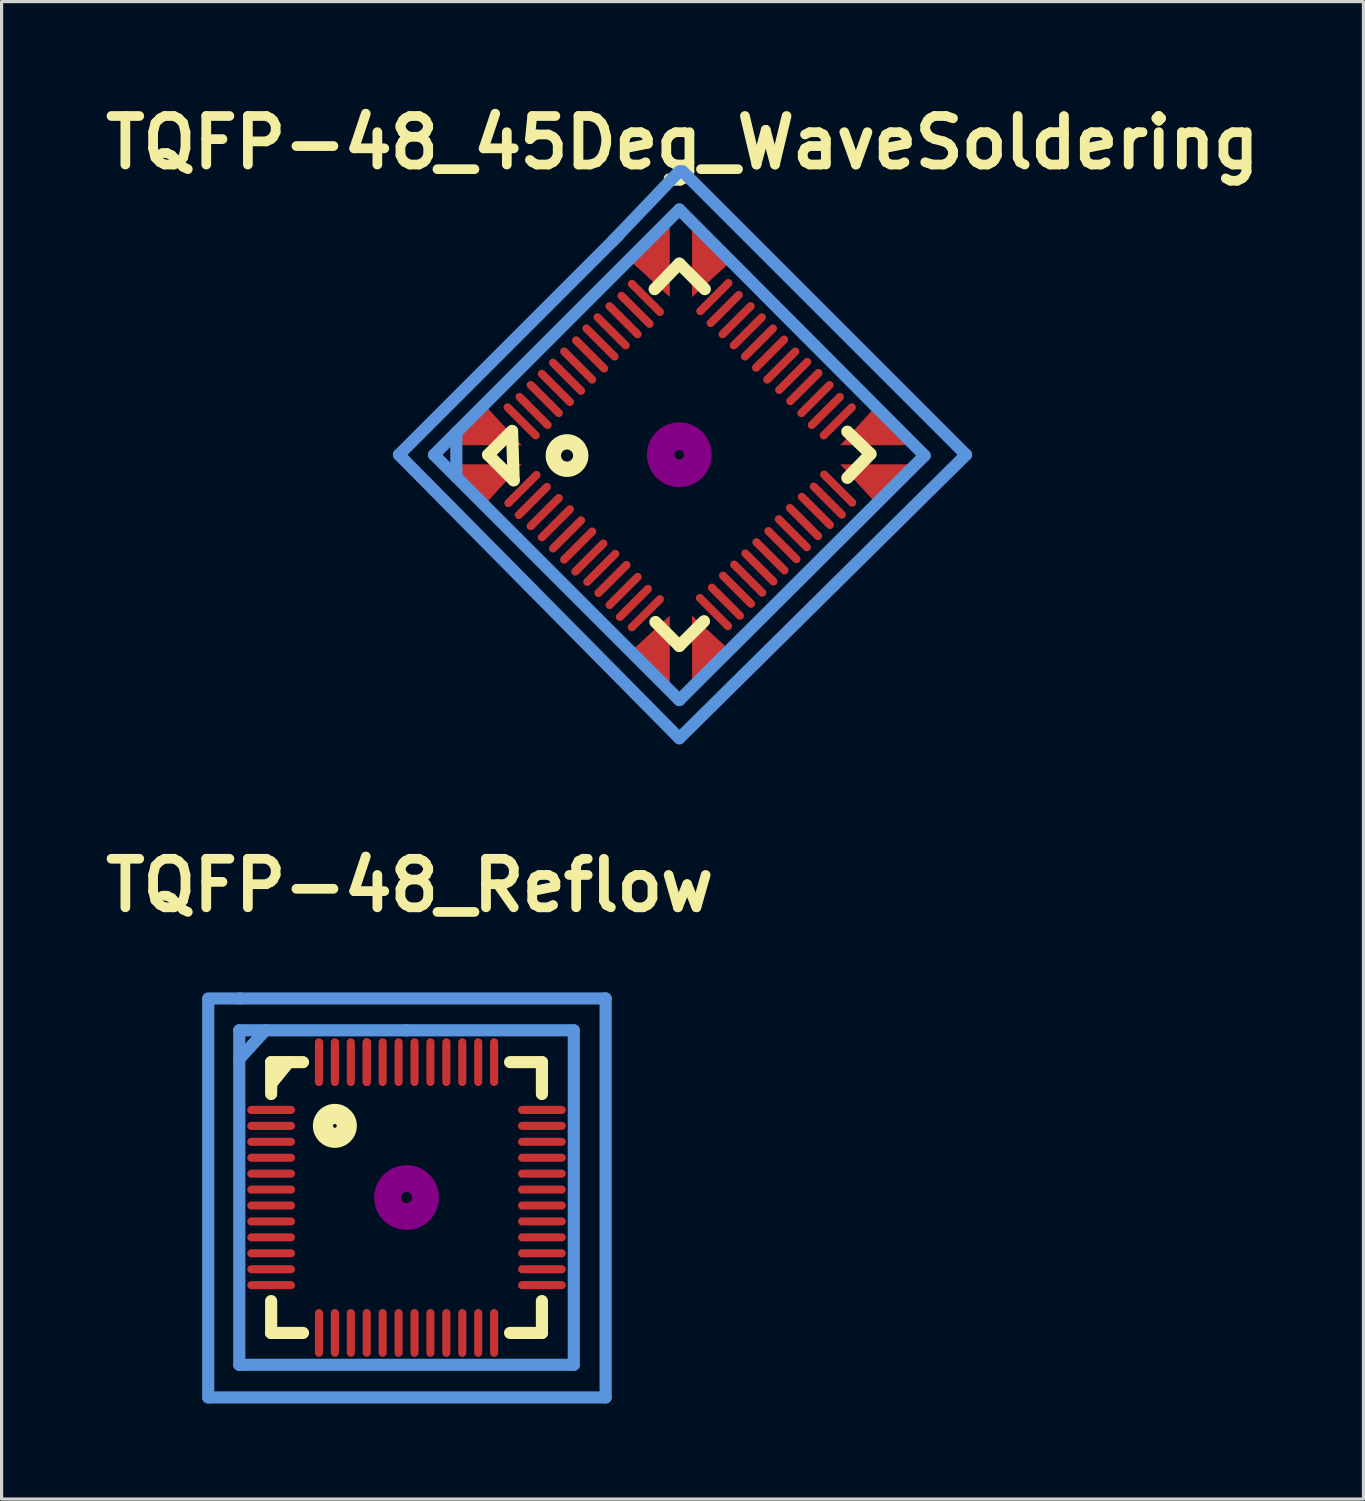
<source format=kicad_pcb>
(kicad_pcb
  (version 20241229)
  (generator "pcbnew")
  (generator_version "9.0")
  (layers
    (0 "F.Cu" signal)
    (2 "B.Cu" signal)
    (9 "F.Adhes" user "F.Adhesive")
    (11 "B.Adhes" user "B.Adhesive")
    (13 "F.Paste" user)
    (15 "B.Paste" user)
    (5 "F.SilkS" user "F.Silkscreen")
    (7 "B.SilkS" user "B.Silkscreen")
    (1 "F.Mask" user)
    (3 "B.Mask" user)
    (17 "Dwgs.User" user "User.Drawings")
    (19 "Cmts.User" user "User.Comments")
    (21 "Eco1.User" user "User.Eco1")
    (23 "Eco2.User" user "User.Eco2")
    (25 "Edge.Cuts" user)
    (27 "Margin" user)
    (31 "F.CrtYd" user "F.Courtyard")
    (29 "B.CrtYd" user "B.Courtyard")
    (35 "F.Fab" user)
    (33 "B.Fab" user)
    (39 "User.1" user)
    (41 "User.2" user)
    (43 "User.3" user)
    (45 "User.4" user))
  (footprint "TQFP-48_45Deg_WaveSoldering"
    (layer "F.Cu")
    (at 18.275 11.226)
    (property "Reference" "TQFP-48_45Deg_WaveSoldering" (at 0.1 -9.8 0) (layer "F.SilkS") (effects (font (size 1.524 1.524) (thickness 0.305))))
    (attr smd)
    (fp_line (start -6 0) (end -5.25 -0.75) (stroke (width 0.381) (type solid)) (layer "F.SilkS"))
    (fp_line (start -6 0) (end -5.2 0.8) (stroke (width 0.381) (type solid)) (layer "F.SilkS"))
    (fp_line (start -5.25 -0.725) (end -5.2 0.8) (stroke (width 0.381) (type solid)) (layer "F.SilkS"))
    (fp_line (start 0 -6) (end -0.775 -5.2) (stroke (width 0.381) (type solid)) (layer "F.SilkS"))
    (fp_line (start 0 -6) (end 0.8 -5.2) (stroke (width 0.381) (type solid)) (layer "F.SilkS"))
    (fp_line (start 0 6) (end -0.75 5.25) (stroke (width 0.381) (type solid)) (layer "F.SilkS"))
    (fp_line (start 0 6) (end 0.775 5.225) (stroke (width 0.381) (type solid)) (layer "F.SilkS"))
    (fp_line (start 5.275 -0.725) (end 6 -0.025) (stroke (width 0.381) (type solid)) (layer "F.SilkS"))
    (fp_line (start 6 -0.025) (end 5.275 0.725) (stroke (width 0.381) (type solid)) (layer "F.SilkS"))
    (fp_circle (center -3.525 0.025) (end -3.35 0.1) (stroke (width 0.381) (type solid)) (fill no) (layer "F.SilkS"))
    (fp_circle (center -3.525 0.025) (end -3.1 0.25) (stroke (width 0.381) (type solid)) (fill no) (layer "F.SilkS"))
    (fp_circle (center 0 0) (end 0.15 0) (stroke (width 0.381) (type solid)) (fill no) (layer "F.Adhes"))
    (fp_circle (center 0 0) (end 0.5 0.025) (stroke (width 0.381) (type solid)) (fill no) (layer "F.Adhes"))
    (fp_circle (center 0 0) (end 0.825 0.05) (stroke (width 0.381) (type solid)) (fill no) (layer "F.Adhes"))
    (fp_line (start -8.8 0) (end -1.9 -6.9) (stroke (width 0.381) (type solid)) (layer "Cmts.User"))
    (fp_line (start -7.7 0) (end 0 7.7) (stroke (width 0.381) (type solid)) (layer "Cmts.User"))
    (fp_line (start -7 -0.7) (end -7 0.7) (stroke (width 0.381) (type solid)) (layer "Cmts.User"))
    (fp_line (start -2.1 -6.7) (end 0 -8.9) (stroke (width 0.381) (type solid)) (layer "Cmts.User"))
    (fp_line (start 0 -7.7) (end -7.7 0) (stroke (width 0.381) (type solid)) (layer "Cmts.User"))
    (fp_line (start 0 7.7) (end 7.7 0.025) (stroke (width 0.381) (type solid)) (layer "Cmts.User"))
    (fp_line (start 0 8.9) (end -8.8 0) (stroke (width 0.381) (type solid)) (layer "Cmts.User"))
    (fp_line (start 0.1 -8.9) (end 9 0) (stroke (width 0.381) (type solid)) (layer "Cmts.User"))
    (fp_line (start 7.7 0.025) (end 0 -7.7) (stroke (width 0.381) (type solid)) (layer "Cmts.User"))
    (fp_line (start 9 0) (end 0 8.9) (stroke (width 0.381) (type solid)) (layer "Cmts.User"))
    (pad "" smd trapezoid (at -6.1 -0.9 90) (size 1.2 1.2) (rect_delta 1.1 0) (layers "F.Cu" "F.Mask" "F.Paste"))
    (pad "" smd trapezoid (at -6.1 0.9 270) (size 1.2 1.2) (rect_delta 1.1 0) (layers "F.Cu" "F.Mask" "F.Paste"))
    (pad "" smd trapezoid (at -0.9 -6.1 180) (size 1.2 1.2) (rect_delta 1.1 0) (layers "F.Cu" "F.Mask" "F.Paste"))
    (pad "" smd trapezoid (at -0.9 6.2 180) (size 1.2 1.2) (rect_delta 1.1 0) (layers "F.Cu" "F.Mask" "F.Paste"))
    (pad "" smd trapezoid (at 1 -6.1) (size 1.2 1.2) (rect_delta 1.1 0) (layers "F.Cu" "F.Mask" "F.Paste"))
    (pad "" smd trapezoid (at 1 6.2) (size 1.2 1.2) (rect_delta 1.1 0) (layers "F.Cu" "F.Mask" "F.Paste"))
    (pad "" smd trapezoid (at 6.2 -0.9 90) (size 1.2 1.2) (rect_delta 1.1 0) (layers "F.Cu" "F.Mask" "F.Paste"))
    (pad "" smd trapezoid (at 6.2 0.9 270) (size 1.2 1.2) (rect_delta 1.1 0) (layers "F.Cu" "F.Mask" "F.Paste"))
    (pad "1" smd oval (at -4.925 1.075 45) (size 1.5 0.254) (layers "F.Cu" "F.Mask" "F.Paste"))
    (pad "2" smd oval (at -4.6 1.45 45) (size 1.5 0.254) (layers "F.Cu" "F.Mask" "F.Paste"))
    (pad "3" smd oval (at -4.225 1.8 45) (size 1.5 0.254) (layers "F.Cu" "F.Mask" "F.Paste"))
    (pad "4" smd oval (at -3.875 2.15 45) (size 1.5 0.254) (layers "F.Cu" "F.Mask" "F.Paste"))
    (pad "5" smd oval (at -3.525 2.5 45) (size 1.5 0.254) (layers "F.Cu" "F.Mask" "F.Paste"))
    (pad "6" smd oval (at -3.175 2.85 45) (size 1.5 0.254) (layers "F.Cu" "F.Mask" "F.Paste"))
    (pad "7" smd oval (at -2.825 3.225 45) (size 1.5 0.254) (layers "F.Cu" "F.Mask" "F.Paste"))
    (pad "8" smd oval (at -2.45 3.55 45) (size 1.5 0.254) (layers "F.Cu" "F.Mask" "F.Paste"))
    (pad "9" smd oval (at -2.1 3.9 45) (size 1.5 0.254) (layers "F.Cu" "F.Mask" "F.Paste"))
    (pad "10" smd oval (at -1.75 4.275 45) (size 1.5 0.254) (layers "F.Cu" "F.Mask" "F.Paste"))
    (pad "11" smd oval (at -1.425 4.65 45) (size 1.5 0.254) (layers "F.Cu" "F.Mask" "F.Paste"))
    (pad "12" smd oval (at -1.05 4.975 45) (size 1.5 0.254) (layers "F.Cu" "F.Mask" "F.Paste"))
    (pad "13" smd oval (at 1.087 4.938 135) (size 1.5 0.254) (layers "F.Cu" "F.Mask" "F.Paste"))
    (pad "14" smd oval (at 1.462 4.612 135) (size 1.5 0.254) (layers "F.Cu" "F.Mask" "F.Paste"))
    (pad "15" smd oval (at 1.812 4.237 135) (size 1.5 0.254) (layers "F.Cu" "F.Mask" "F.Paste"))
    (pad "16" smd oval (at 2.163 3.888 135) (size 1.5 0.254) (layers "F.Cu" "F.Mask" "F.Paste"))
    (pad "17" smd oval (at 2.513 3.538 135) (size 1.5 0.254) (layers "F.Cu" "F.Mask" "F.Paste"))
    (pad "18" smd oval (at 2.862 3.188 135) (size 1.5 0.254) (layers "F.Cu" "F.Mask" "F.Paste"))
    (pad "19" smd oval (at 3.237 2.837 135) (size 1.5 0.254) (layers "F.Cu" "F.Mask" "F.Paste"))
    (pad "20" smd oval (at 3.562 2.462 135) (size 1.5 0.254) (layers "F.Cu" "F.Mask" "F.Paste"))
    (pad "21" smd oval (at 3.913 2.112 135) (size 1.5 0.254) (layers "F.Cu" "F.Mask" "F.Paste"))
    (pad "22" smd oval (at 4.287 1.762 135) (size 1.5 0.254) (layers "F.Cu" "F.Mask" "F.Paste"))
    (pad "23" smd oval (at 4.662 1.438 135) (size 1.5 0.254) (layers "F.Cu" "F.Mask" "F.Paste"))
    (pad "24" smd oval (at 4.987 1.062 135) (size 1.5 0.254) (layers "F.Cu" "F.Mask" "F.Paste"))
    (pad "25" smd oval (at 4.975 -1.05 45) (size 1.5 0.254) (layers "F.Cu" "F.Mask" "F.Paste"))
    (pad "26" smd oval (at 4.6 -1.375 45) (size 1.5 0.254) (layers "F.Cu" "F.Mask" "F.Paste"))
    (pad "27" smd oval (at 4.275 -1.75 45) (size 1.5 0.254) (layers "F.Cu" "F.Mask" "F.Paste"))
    (pad "28" smd oval (at 3.925 -2.125 45) (size 1.5 0.254) (layers "F.Cu" "F.Mask" "F.Paste"))
    (pad "29" smd oval (at 3.575 -2.475 45) (size 1.5 0.254) (layers "F.Cu" "F.Mask" "F.Paste"))
    (pad "30" smd oval (at 3.2 -2.8 45) (size 1.5 0.254) (layers "F.Cu" "F.Mask" "F.Paste"))
    (pad "31" smd oval (at 2.85 -3.175 45) (size 1.5 0.254) (layers "F.Cu" "F.Mask" "F.Paste"))
    (pad "32" smd oval (at 2.5 -3.525 45) (size 1.5 0.254) (layers "F.Cu" "F.Mask" "F.Paste"))
    (pad "33" smd oval (at 2.15 -3.875 45) (size 1.5 0.254) (layers "F.Cu" "F.Mask" "F.Paste"))
    (pad "34" smd oval (at 1.8 -4.225 45) (size 1.5 0.254) (layers "F.Cu" "F.Mask" "F.Paste"))
    (pad "35" smd oval (at 1.425 -4.575 45) (size 1.5 0.254) (layers "F.Cu" "F.Mask" "F.Paste"))
    (pad "36" smd oval (at 1.1 -4.95 45) (size 1.5 0.254) (layers "F.Cu" "F.Mask" "F.Paste"))
    (pad "37" smd oval (at -1.05 -4.925 135) (size 1.5 0.254) (layers "F.Cu" "F.Mask" "F.Paste"))
    (pad "38" smd oval (at -1.375 -4.55 135) (size 1.5 0.254) (layers "F.Cu" "F.Mask" "F.Paste"))
    (pad "39" smd oval (at -1.75 -4.225 135) (size 1.5 0.254) (layers "F.Cu" "F.Mask" "F.Paste"))
    (pad "40" smd oval (at -2.125 -3.875 135) (size 1.5 0.254) (layers "F.Cu" "F.Mask" "F.Paste"))
    (pad "41" smd oval (at -2.475 -3.525 135) (size 1.5 0.254) (layers "F.Cu" "F.Mask" "F.Paste"))
    (pad "42" smd oval (at -2.8 -3.15 135) (size 1.5 0.254) (layers "F.Cu" "F.Mask" "F.Paste"))
    (pad "43" smd oval (at -3.175 -2.8 135) (size 1.5 0.254) (layers "F.Cu" "F.Mask" "F.Paste"))
    (pad "44" smd oval (at -3.525 -2.45 135) (size 1.5 0.254) (layers "F.Cu" "F.Mask" "F.Paste"))
    (pad "45" smd oval (at -3.875 -2.1 135) (size 1.5 0.254) (layers "F.Cu" "F.Mask" "F.Paste"))
    (pad "46" smd oval (at -4.225 -1.75 135) (size 1.5 0.254) (layers "F.Cu" "F.Mask" "F.Paste"))
    (pad "47" smd oval (at -4.575 -1.375 135) (size 1.5 0.254) (layers "F.Cu" "F.Mask" "F.Paste"))
    (pad "48" smd oval (at -4.95 -1.05 135) (size 1.5 0.254) (layers "F.Cu" "F.Mask" "F.Paste")))
  (footprint "TQFP-48_Reflow"
    (layer "F.Cu")
    (at 9.712 34.543)
    (property "Reference" "TQFP-48_Reflow" (at 0.1 -9.8 0) (layer "F.SilkS") (effects (font (size 1.524 1.524) (thickness 0.305))))
    (attr smd)
    (fp_line (start -4.25 -4.25) (end -4.25 -3.25) (stroke (width 0.381) (type solid)) (layer "F.SilkS"))
    (fp_line (start -4.25 -4.25) (end -3.25 -4.25) (stroke (width 0.381) (type solid)) (layer "F.SilkS"))
    (fp_line (start -4.25 4.25) (end -4.25 3.25) (stroke (width 0.381) (type solid)) (layer "F.SilkS"))
    (fp_line (start -4.25 4.25) (end -3.25 4.25) (stroke (width 0.381) (type solid)) (layer "F.SilkS"))
    (fp_line (start -3.7 -4.25) (end -4.225 -3.6) (stroke (width 0.381) (type solid)) (layer "F.SilkS"))
    (fp_line (start 4.25 -4.25) (end 3.25 -4.25) (stroke (width 0.381) (type solid)) (layer "F.SilkS"))
    (fp_line (start 4.25 -4.25) (end 4.25 -3.25) (stroke (width 0.381) (type solid)) (layer "F.SilkS"))
    (fp_line (start 4.25 4.25) (end 3.25 4.25) (stroke (width 0.381) (type solid)) (layer "F.SilkS"))
    (fp_line (start 4.25 4.25) (end 4.25 3.25) (stroke (width 0.381) (type solid)) (layer "F.SilkS"))
    (fp_circle (center -2.25 -2.25) (end -2.25 -2) (stroke (width 0.381) (type solid)) (fill no) (layer "F.SilkS"))
    (fp_circle (center -2.25 -2.25) (end -1.75 -2.25) (stroke (width 0.381) (type solid)) (fill no) (layer "F.SilkS"))
    (fp_circle (center 0 0) (end 0.175 0) (stroke (width 0.381) (type solid)) (fill no) (layer "F.Adhes"))
    (fp_circle (center 0 0) (end 0.5 0.05) (stroke (width 0.381) (type solid)) (fill no) (layer "F.Adhes"))
    (fp_circle (center 0 0) (end 0.825 0.05) (stroke (width 0.381) (type solid)) (fill no) (layer "F.Adhes"))
    (fp_line (start -6.225 -6.25) (end -5.225 -6.25) (stroke (width 0.381) (type solid)) (layer "Cmts.User"))
    (fp_line (start -6.225 6.275) (end -6.225 -6.2) (stroke (width 0.381) (type solid)) (layer "Cmts.User"))
    (fp_line (start -5.25 -5.25) (end 0 -5.25) (stroke (width 0.381) (type solid)) (layer "Cmts.User"))
    (fp_line (start -5.25 5.25) (end -5.25 -5.25) (stroke (width 0.381) (type solid)) (layer "Cmts.User"))
    (fp_line (start -5.225 -6.25) (end 6.25 -6.25) (stroke (width 0.381) (type solid)) (layer "Cmts.User"))
    (fp_line (start -4.425 -5.25) (end -5.25 -4.35) (stroke (width 0.381) (type solid)) (layer "Cmts.User"))
    (fp_line (start 0 -5.25) (end 5.25 -5.25) (stroke (width 0.381) (type solid)) (layer "Cmts.User"))
    (fp_line (start 5.25 -5.25) (end 5.25 5.25) (stroke (width 0.381) (type solid)) (layer "Cmts.User"))
    (fp_line (start 5.25 5.25) (end -5.25 5.25) (stroke (width 0.381) (type solid)) (layer "Cmts.User"))
    (fp_line (start 6.25 -6.25) (end 6.25 6.275) (stroke (width 0.381) (type solid)) (layer "Cmts.User"))
    (fp_line (start 6.25 6.275) (end -6.225 6.275) (stroke (width 0.381) (type solid)) (layer "Cmts.User"))
    (pad "1" smd oval (at -4.25 -2.75) (size 1.5 0.254) (layers "F.Cu" "F.Mask" "F.Paste"))
    (pad "2" smd oval (at -4.25 -2.25) (size 1.5 0.254) (layers "F.Cu" "F.Mask" "F.Paste"))
    (pad "3" smd oval (at -4.25 -1.75) (size 1.5 0.254) (layers "F.Cu" "F.Mask" "F.Paste"))
    (pad "4" smd oval (at -4.25 -1.25) (size 1.5 0.254) (layers "F.Cu" "F.Mask" "F.Paste"))
    (pad "5" smd oval (at -4.25 -0.75) (size 1.5 0.254) (layers "F.Cu" "F.Mask" "F.Paste"))
    (pad "6" smd oval (at -4.25 -0.25) (size 1.5 0.254) (layers "F.Cu" "F.Mask" "F.Paste"))
    (pad "7" smd oval (at -4.25 0.25) (size 1.5 0.254) (layers "F.Cu" "F.Mask" "F.Paste"))
    (pad "8" smd oval (at -4.25 0.75) (size 1.5 0.254) (layers "F.Cu" "F.Mask" "F.Paste"))
    (pad "9" smd oval (at -4.25 1.25) (size 1.5 0.254) (layers "F.Cu" "F.Mask" "F.Paste"))
    (pad "10" smd oval (at -4.25 1.75) (size 1.5 0.254) (layers "F.Cu" "F.Mask" "F.Paste"))
    (pad "11" smd oval (at -4.25 2.25) (size 1.5 0.254) (layers "F.Cu" "F.Mask" "F.Paste"))
    (pad "12" smd oval (at -4.25 2.75) (size 1.5 0.254) (layers "F.Cu" "F.Mask" "F.Paste"))
    (pad "13" smd oval (at -2.75 4.25 90) (size 1.5 0.254) (layers "F.Cu" "F.Mask" "F.Paste"))
    (pad "14" smd oval (at -2.25 4.25 90) (size 1.5 0.254) (layers "F.Cu" "F.Mask" "F.Paste"))
    (pad "15" smd oval (at -1.75 4.25 90) (size 1.5 0.254) (layers "F.Cu" "F.Mask" "F.Paste"))
    (pad "16" smd oval (at -1.25 4.25 90) (size 1.5 0.254) (layers "F.Cu" "F.Mask" "F.Paste"))
    (pad "17" smd oval (at -0.75 4.25 90) (size 1.5 0.254) (layers "F.Cu" "F.Mask" "F.Paste"))
    (pad "18" smd oval (at -0.25 4.25 90) (size 1.5 0.254) (layers "F.Cu" "F.Mask" "F.Paste"))
    (pad "19" smd oval (at 0.25 4.25 90) (size 1.5 0.254) (layers "F.Cu" "F.Mask" "F.Paste"))
    (pad "20" smd oval (at 0.75 4.25 90) (size 1.5 0.254) (layers "F.Cu" "F.Mask" "F.Paste"))
    (pad "21" smd oval (at 1.25 4.25 90) (size 1.5 0.254) (layers "F.Cu" "F.Mask" "F.Paste"))
    (pad "22" smd oval (at 1.75 4.25 90) (size 1.5 0.254) (layers "F.Cu" "F.Mask" "F.Paste"))
    (pad "23" smd oval (at 2.25 4.25 90) (size 1.5 0.254) (layers "F.Cu" "F.Mask" "F.Paste"))
    (pad "24" smd oval (at 2.75 4.25 90) (size 1.5 0.254) (layers "F.Cu" "F.Mask" "F.Paste"))
    (pad "25" smd oval (at 4.25 2.75) (size 1.5 0.254) (layers "F.Cu" "F.Mask" "F.Paste"))
    (pad "26" smd oval (at 4.25 2.25) (size 1.5 0.254) (layers "F.Cu" "F.Mask" "F.Paste"))
    (pad "27" smd oval (at 4.25 1.75) (size 1.5 0.254) (layers "F.Cu" "F.Mask" "F.Paste"))
    (pad "28" smd oval (at 4.25 1.25) (size 1.5 0.254) (layers "F.Cu" "F.Mask" "F.Paste"))
    (pad "29" smd oval (at 4.25 0.75) (size 1.5 0.254) (layers "F.Cu" "F.Mask" "F.Paste"))
    (pad "30" smd oval (at 4.25 0.25) (size 1.5 0.254) (layers "F.Cu" "F.Mask" "F.Paste"))
    (pad "31" smd oval (at 4.25 -0.25) (size 1.5 0.254) (layers "F.Cu" "F.Mask" "F.Paste"))
    (pad "32" smd oval (at 4.25 -0.75) (size 1.5 0.254) (layers "F.Cu" "F.Mask" "F.Paste"))
    (pad "33" smd oval (at 4.25 -1.25) (size 1.5 0.254) (layers "F.Cu" "F.Mask" "F.Paste"))
    (pad "34" smd oval (at 4.25 -1.75) (size 1.5 0.254) (layers "F.Cu" "F.Mask" "F.Paste"))
    (pad "35" smd oval (at 4.25 -2.25) (size 1.5 0.254) (layers "F.Cu" "F.Mask" "F.Paste"))
    (pad "36" smd oval (at 4.25 -2.75) (size 1.5 0.254) (layers "F.Cu" "F.Mask" "F.Paste"))
    (pad "37" smd oval (at 2.75 -4.25 90) (size 1.5 0.254) (layers "F.Cu" "F.Mask" "F.Paste"))
    (pad "38" smd oval (at 2.25 -4.25 90) (size 1.5 0.254) (layers "F.Cu" "F.Mask" "F.Paste"))
    (pad "39" smd oval (at 1.75 -4.25 90) (size 1.5 0.254) (layers "F.Cu" "F.Mask" "F.Paste"))
    (pad "40" smd oval (at 1.25 -4.25 90) (size 1.5 0.254) (layers "F.Cu" "F.Mask" "F.Paste"))
    (pad "41" smd oval (at 0.75 -4.25 90) (size 1.5 0.254) (layers "F.Cu" "F.Mask" "F.Paste"))
    (pad "42" smd oval (at 0.25 -4.25 90) (size 1.5 0.254) (layers "F.Cu" "F.Mask" "F.Paste"))
    (pad "43" smd oval (at -0.25 -4.25 90) (size 1.5 0.254) (layers "F.Cu" "F.Mask" "F.Paste"))
    (pad "44" smd oval (at -0.75 -4.25 90) (size 1.5 0.254) (layers "F.Cu" "F.Mask" "F.Paste"))
    (pad "45" smd oval (at -1.25 -4.25 90) (size 1.5 0.254) (layers "F.Cu" "F.Mask" "F.Paste"))
    (pad "45" smd oval (at -1.25 -4.25 90) (size 1.5 0.254) (layers "F.Cu" "F.Mask" "F.Paste"))
    (pad "46" smd oval (at -1.75 -4.25 90) (size 1.5 0.254) (layers "F.Cu" "F.Mask" "F.Paste"))
    (pad "47" smd oval (at -2.25 -4.25 90) (size 1.5 0.254) (layers "F.Cu" "F.Mask" "F.Paste"))
    (pad "48" smd oval (at -2.75 -4.25 90) (size 1.5 0.254) (layers "F.Cu" "F.Mask" "F.Paste")))
  (gr_rect
    (start -3 -3)
    (end 39.75 44.009)
    (stroke (width 0.1) (type default))
    (fill no)
    (layer "Edge.Cuts")))
</source>
